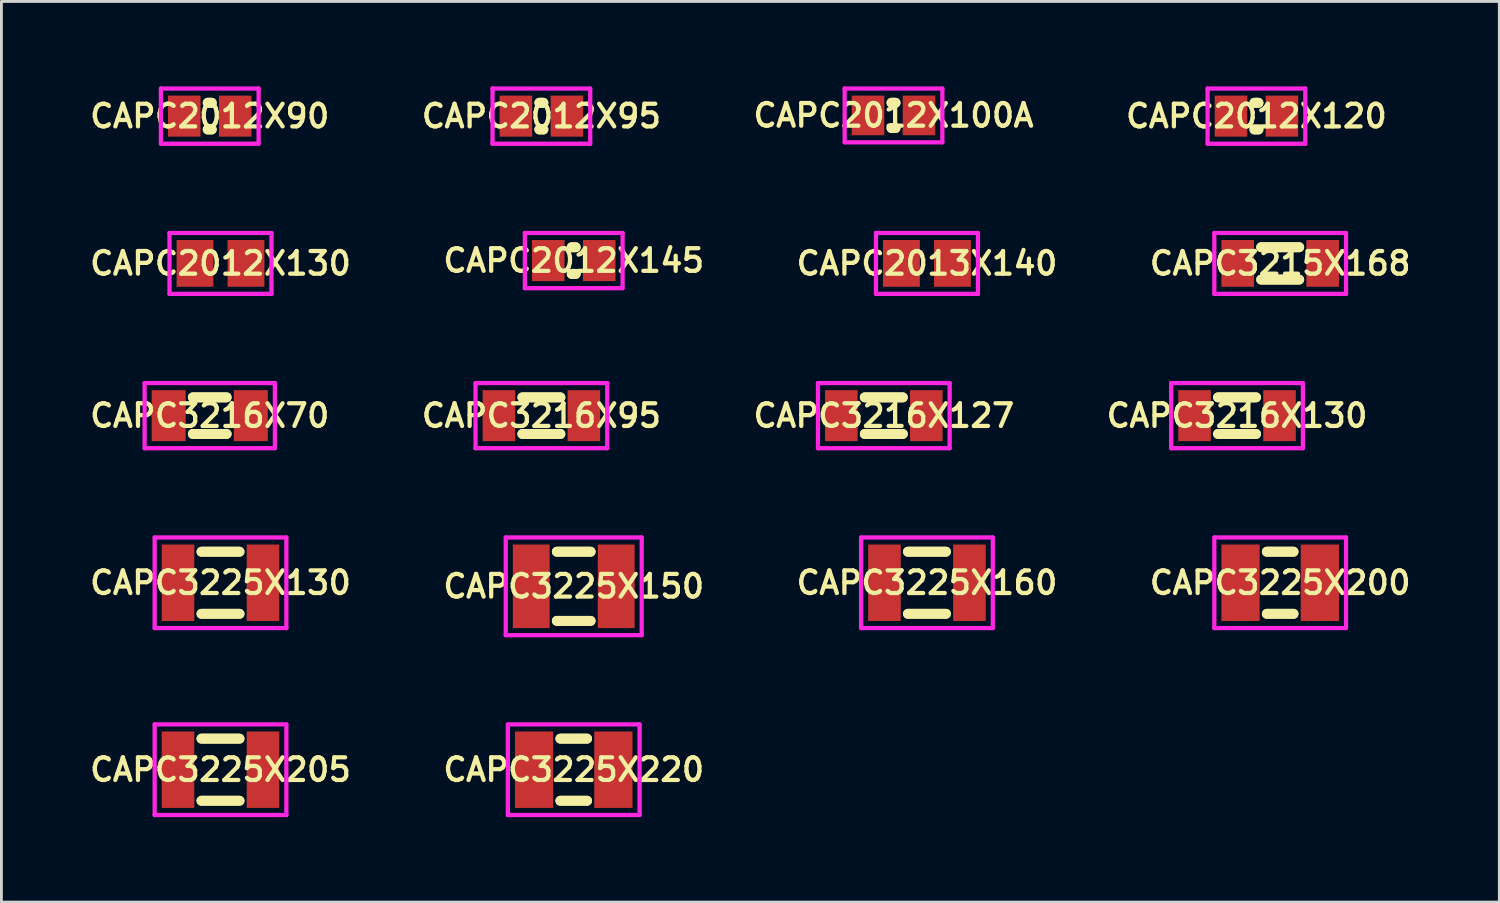
<source format=kicad_pcb>
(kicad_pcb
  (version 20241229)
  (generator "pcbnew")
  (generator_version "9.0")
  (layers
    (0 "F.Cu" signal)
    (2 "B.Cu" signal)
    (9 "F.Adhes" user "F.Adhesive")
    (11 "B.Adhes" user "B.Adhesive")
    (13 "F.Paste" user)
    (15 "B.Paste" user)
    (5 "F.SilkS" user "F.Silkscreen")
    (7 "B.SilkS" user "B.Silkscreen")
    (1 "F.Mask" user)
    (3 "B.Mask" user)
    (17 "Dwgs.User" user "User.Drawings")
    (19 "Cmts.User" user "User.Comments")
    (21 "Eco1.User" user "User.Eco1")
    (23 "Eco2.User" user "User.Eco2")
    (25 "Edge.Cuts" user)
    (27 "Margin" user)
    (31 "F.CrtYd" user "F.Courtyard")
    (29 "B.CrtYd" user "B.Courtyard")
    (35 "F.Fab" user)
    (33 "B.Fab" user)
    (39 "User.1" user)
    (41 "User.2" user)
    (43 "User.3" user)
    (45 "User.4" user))
  (footprint "CAPC3215X168"
    (layer "F.Cu")
    (at 42.148 6.25)
    (property "Reference" "CAPC3215X168" (at 0 0 0) (layer "F.SilkS") (effects (font (size 0.8 0.8) (thickness 0.15))))
    (attr smd)
    (fp_line (start -0.671 -0.571) (end 0.671 -0.571) (stroke (width 0.35) (type solid)) (layer "F.SilkS"))
    (fp_line (start -0.671 0.571) (end 0.671 0.571) (stroke (width 0.35) (type solid)) (layer "F.SilkS"))
    (fp_line (start 0.671 -0.571) (end -0.671 -0.571) (stroke (width 0.35) (type solid)) (layer "F.SilkS"))
    (fp_line (start 0.671 0.571) (end -0.671 0.571) (stroke (width 0.35) (type solid)) (layer "F.SilkS"))
    (fp_line (start -2.325 -1.075) (end 2.325 -1.075) (stroke (width 0.15) (type solid)) (layer "F.CrtYd"))
    (fp_line (start -2.325 1.075) (end -2.325 -1.075) (stroke (width 0.15) (type solid)) (layer "F.CrtYd"))
    (fp_line (start 2.325 -1.075) (end 2.325 1.075) (stroke (width 0.15) (type solid)) (layer "F.CrtYd"))
    (fp_line (start 2.325 1.075) (end -2.325 1.075) (stroke (width 0.15) (type solid)) (layer "F.CrtYd"))
    (pad "1" smd rect (at -1.5 0) (size 1.15 1.65) (layers "F.Cu" "F.Mask" "F.Paste"))
    (pad "2" smd rect (at 1.5 0) (size 1.15 1.65) (layers "F.Cu" "F.Mask" "F.Paste")))
  (footprint "CAPC2012X90"
    (layer "F.Cu")
    (at 4.355 1.05)
    (property "Reference" "CAPC2012X90" (at 0 0 0) (layer "F.SilkS") (effects (font (size 0.8 0.8) (thickness 0.15))))
    (attr smd)
    (fp_line (start -0.071 -0.471) (end 0.071 -0.471) (stroke (width 0.35) (type solid)) (layer "F.SilkS"))
    (fp_line (start -0.071 0.471) (end 0.071 0.471) (stroke (width 0.35) (type solid)) (layer "F.SilkS"))
    (fp_line (start 0.071 -0.471) (end -0.071 -0.471) (stroke (width 0.35) (type solid)) (layer "F.SilkS"))
    (fp_line (start 0.071 0.471) (end -0.071 0.471) (stroke (width 0.35) (type solid)) (layer "F.SilkS"))
    (fp_line (start -1.725 -0.975) (end 1.725 -0.975) (stroke (width 0.15) (type solid)) (layer "F.CrtYd"))
    (fp_line (start -1.725 0.975) (end -1.725 -0.975) (stroke (width 0.15) (type solid)) (layer "F.CrtYd"))
    (fp_line (start 1.725 -0.975) (end 1.725 0.975) (stroke (width 0.15) (type solid)) (layer "F.CrtYd"))
    (fp_line (start 1.725 0.975) (end -1.725 0.975) (stroke (width 0.15) (type solid)) (layer "F.CrtYd"))
    (pad "1" smd rect (at -0.9 0) (size 1.15 1.45) (layers "F.Cu" "F.Mask" "F.Paste"))
    (pad "2" smd rect (at 0.9 0) (size 1.15 1.45) (layers "F.Cu" "F.Mask" "F.Paste")))
  (footprint "CAPC3225X200"
    (layer "F.Cu")
    (at 42.148 17.525)
    (property "Reference" "CAPC3225X200" (at 0 0 0) (layer "F.SilkS") (effects (font (size 0.8 0.8) (thickness 0.15))))
    (attr smd)
    (fp_line (start -0.471 -1.096) (end 0.471 -1.096) (stroke (width 0.35) (type solid)) (layer "F.SilkS"))
    (fp_line (start -0.471 1.096) (end 0.471 1.096) (stroke (width 0.35) (type solid)) (layer "F.SilkS"))
    (fp_line (start 0.471 -1.096) (end -0.471 -1.096) (stroke (width 0.35) (type solid)) (layer "F.SilkS"))
    (fp_line (start 0.471 1.096) (end -0.471 1.096) (stroke (width 0.35) (type solid)) (layer "F.SilkS"))
    (fp_line (start -2.325 -1.6) (end 2.325 -1.6) (stroke (width 0.15) (type solid)) (layer "F.CrtYd"))
    (fp_line (start -2.325 1.6) (end -2.325 -1.6) (stroke (width 0.15) (type solid)) (layer "F.CrtYd"))
    (fp_line (start 2.325 -1.6) (end 2.325 1.6) (stroke (width 0.15) (type solid)) (layer "F.CrtYd"))
    (fp_line (start 2.325 1.6) (end -2.325 1.6) (stroke (width 0.15) (type solid)) (layer "F.CrtYd"))
    (pad "1" smd rect (at -1.4 0) (size 1.35 2.7) (layers "F.Cu" "F.Mask" "F.Paste"))
    (pad "2" smd rect (at 1.4 0) (size 1.35 2.7) (layers "F.Cu" "F.Mask" "F.Paste")))
  (footprint "CAPC3225X150"
    (layer "F.Cu")
    (at 17.206 17.65)
    (property "Reference" "CAPC3225X150" (at 0 0 0) (layer "F.SilkS") (effects (font (size 0.8 0.8) (thickness 0.15))))
    (attr smd)
    (fp_line (start -0.596 -1.221) (end 0.596 -1.221) (stroke (width 0.35) (type solid)) (layer "F.SilkS"))
    (fp_line (start -0.596 1.221) (end 0.596 1.221) (stroke (width 0.35) (type solid)) (layer "F.SilkS"))
    (fp_line (start 0.596 -1.221) (end -0.596 -1.221) (stroke (width 0.35) (type solid)) (layer "F.SilkS"))
    (fp_line (start 0.596 1.221) (end -0.596 1.221) (stroke (width 0.35) (type solid)) (layer "F.SilkS"))
    (fp_line (start -2.4 -1.725) (end 2.4 -1.725) (stroke (width 0.15) (type solid)) (layer "F.CrtYd"))
    (fp_line (start -2.4 1.725) (end -2.4 -1.725) (stroke (width 0.15) (type solid)) (layer "F.CrtYd"))
    (fp_line (start 2.4 -1.725) (end 2.4 1.725) (stroke (width 0.15) (type solid)) (layer "F.CrtYd"))
    (fp_line (start 2.4 1.725) (end -2.4 1.725) (stroke (width 0.15) (type solid)) (layer "F.CrtYd"))
    (pad "1" smd rect (at -1.5 0) (size 1.3 2.95) (layers "F.Cu" "F.Mask" "F.Paste"))
    (pad "2" smd rect (at 1.5 0) (size 1.3 2.95) (layers "F.Cu" "F.Mask" "F.Paste")))
  (footprint "CAPC2012X145"
    (layer "F.Cu")
    (at 17.206 6.15)
    (property "Reference" "CAPC2012X145" (at 0 0 0) (layer "F.SilkS") (effects (font (size 0.8 0.8) (thickness 0.15))))
    (attr smd)
    (fp_line (start -0.071 -0.471) (end 0.071 -0.471) (stroke (width 0.35) (type solid)) (layer "F.SilkS"))
    (fp_line (start -0.071 0.471) (end 0.071 0.471) (stroke (width 0.35) (type solid)) (layer "F.SilkS"))
    (fp_line (start 0.071 -0.471) (end -0.071 -0.471) (stroke (width 0.35) (type solid)) (layer "F.SilkS"))
    (fp_line (start 0.071 0.471) (end -0.071 0.471) (stroke (width 0.35) (type solid)) (layer "F.SilkS"))
    (fp_line (start -1.725 -0.975) (end 1.725 -0.975) (stroke (width 0.15) (type solid)) (layer "F.CrtYd"))
    (fp_line (start -1.725 0.975) (end -1.725 -0.975) (stroke (width 0.15) (type solid)) (layer "F.CrtYd"))
    (fp_line (start 1.725 -0.975) (end 1.725 0.975) (stroke (width 0.15) (type solid)) (layer "F.CrtYd"))
    (fp_line (start 1.725 0.975) (end -1.725 0.975) (stroke (width 0.15) (type solid)) (layer "F.CrtYd"))
    (pad "1" smd rect (at -0.9 0) (size 1.15 1.45) (layers "F.Cu" "F.Mask" "F.Paste"))
    (pad "2" smd rect (at 0.9 0) (size 1.15 1.45) (layers "F.Cu" "F.Mask" "F.Paste")))
  (footprint "CAPC2012X100A"
    (layer "F.Cu")
    (at 28.496 1.025)
    (property "Reference" "CAPC2012X100A" (at 0 0 0) (layer "F.SilkS") (effects (font (size 0.8 0.8) (thickness 0.15))))
    (attr smd)
    (fp_line (start -0.071 -0.446) (end 0.071 -0.446) (stroke (width 0.35) (type solid)) (layer "F.SilkS"))
    (fp_line (start -0.071 0.446) (end 0.071 0.446) (stroke (width 0.35) (type solid)) (layer "F.SilkS"))
    (fp_line (start 0.071 -0.446) (end -0.071 -0.446) (stroke (width 0.35) (type solid)) (layer "F.SilkS"))
    (fp_line (start 0.071 0.446) (end -0.071 0.446) (stroke (width 0.35) (type solid)) (layer "F.SilkS"))
    (fp_line (start -1.725 -0.95) (end 1.725 -0.95) (stroke (width 0.15) (type solid)) (layer "F.CrtYd"))
    (fp_line (start -1.725 0.95) (end -1.725 -0.95) (stroke (width 0.15) (type solid)) (layer "F.CrtYd"))
    (fp_line (start 1.725 -0.95) (end 1.725 0.95) (stroke (width 0.15) (type solid)) (layer "F.CrtYd"))
    (fp_line (start 1.725 0.95) (end -1.725 0.95) (stroke (width 0.15) (type solid)) (layer "F.CrtYd"))
    (pad "1" smd rect (at -0.9 0) (size 1.15 1.4) (layers "F.Cu" "F.Mask" "F.Paste"))
    (pad "2" smd rect (at 0.9 0) (size 1.15 1.4) (layers "F.Cu" "F.Mask" "F.Paste")))
  (footprint "CAPC3216X70"
    (layer "F.Cu")
    (at 4.355 11.625)
    (property "Reference" "CAPC3216X70" (at 0 0 0) (layer "F.SilkS") (effects (font (size 0.8 0.8) (thickness 0.15))))
    (attr smd)
    (fp_line (start -0.596 -0.646) (end 0.596 -0.646) (stroke (width 0.35) (type solid)) (layer "F.SilkS"))
    (fp_line (start -0.596 0.646) (end 0.596 0.646) (stroke (width 0.35) (type solid)) (layer "F.SilkS"))
    (fp_line (start 0.596 -0.646) (end -0.596 -0.646) (stroke (width 0.35) (type solid)) (layer "F.SilkS"))
    (fp_line (start 0.596 0.646) (end -0.596 0.646) (stroke (width 0.35) (type solid)) (layer "F.SilkS"))
    (fp_line (start -2.3 -1.15) (end 2.3 -1.15) (stroke (width 0.15) (type solid)) (layer "F.CrtYd"))
    (fp_line (start -2.3 1.15) (end -2.3 -1.15) (stroke (width 0.15) (type solid)) (layer "F.CrtYd"))
    (fp_line (start 2.3 -1.15) (end 2.3 1.15) (stroke (width 0.15) (type solid)) (layer "F.CrtYd"))
    (fp_line (start 2.3 1.15) (end -2.3 1.15) (stroke (width 0.15) (type solid)) (layer "F.CrtYd"))
    (pad "1" smd rect (at -1.45 0) (size 1.2 1.8) (layers "F.Cu" "F.Mask" "F.Paste"))
    (pad "2" smd rect (at 1.45 0) (size 1.2 1.8) (layers "F.Cu" "F.Mask" "F.Paste")))
  (footprint "CAPC3225X160"
    (layer "F.Cu")
    (at 29.677 17.525)
    (property "Reference" "CAPC3225X160" (at 0 0 0) (layer "F.SilkS") (effects (font (size 0.8 0.8) (thickness 0.15))))
    (attr smd)
    (fp_line (start -0.671 -1.096) (end 0.671 -1.096) (stroke (width 0.35) (type solid)) (layer "F.SilkS"))
    (fp_line (start -0.671 1.096) (end 0.671 1.096) (stroke (width 0.35) (type solid)) (layer "F.SilkS"))
    (fp_line (start 0.671 -1.096) (end -0.671 -1.096) (stroke (width 0.35) (type solid)) (layer "F.SilkS"))
    (fp_line (start 0.671 1.096) (end -0.671 1.096) (stroke (width 0.35) (type solid)) (layer "F.SilkS"))
    (fp_line (start -2.325 -1.6) (end 2.325 -1.6) (stroke (width 0.15) (type solid)) (layer "F.CrtYd"))
    (fp_line (start -2.325 1.6) (end -2.325 -1.6) (stroke (width 0.15) (type solid)) (layer "F.CrtYd"))
    (fp_line (start 2.325 -1.6) (end 2.325 1.6) (stroke (width 0.15) (type solid)) (layer "F.CrtYd"))
    (fp_line (start 2.325 1.6) (end -2.325 1.6) (stroke (width 0.15) (type solid)) (layer "F.CrtYd"))
    (pad "1" smd rect (at -1.5 0) (size 1.15 2.7) (layers "F.Cu" "F.Mask" "F.Paste"))
    (pad "2" smd rect (at 1.5 0) (size 1.15 2.7) (layers "F.Cu" "F.Mask" "F.Paste")))
  (footprint "CAPC3216X127"
    (layer "F.Cu")
    (at 28.154 11.625)
    (property "Reference" "CAPC3216X127" (at 0 0 0) (layer "F.SilkS") (effects (font (size 0.8 0.8) (thickness 0.15))))
    (attr smd)
    (fp_line (start -0.671 -0.646) (end 0.671 -0.646) (stroke (width 0.35) (type solid)) (layer "F.SilkS"))
    (fp_line (start -0.671 0.646) (end 0.671 0.646) (stroke (width 0.35) (type solid)) (layer "F.SilkS"))
    (fp_line (start 0.671 -0.646) (end -0.671 -0.646) (stroke (width 0.35) (type solid)) (layer "F.SilkS"))
    (fp_line (start 0.671 0.646) (end -0.671 0.646) (stroke (width 0.35) (type solid)) (layer "F.SilkS"))
    (fp_line (start -2.325 -1.15) (end 2.325 -1.15) (stroke (width 0.15) (type solid)) (layer "F.CrtYd"))
    (fp_line (start -2.325 1.15) (end -2.325 -1.15) (stroke (width 0.15) (type solid)) (layer "F.CrtYd"))
    (fp_line (start 2.325 -1.15) (end 2.325 1.15) (stroke (width 0.15) (type solid)) (layer "F.CrtYd"))
    (fp_line (start 2.325 1.15) (end -2.325 1.15) (stroke (width 0.15) (type solid)) (layer "F.CrtYd"))
    (pad "1" smd rect (at -1.5 0) (size 1.15 1.8) (layers "F.Cu" "F.Mask" "F.Paste"))
    (pad "2" smd rect (at 1.5 0) (size 1.15 1.8) (layers "F.Cu" "F.Mask" "F.Paste")))
  (footprint "CAPC2012X120"
    (layer "F.Cu")
    (at 41.31 1.05)
    (property "Reference" "CAPC2012X120" (at 0 0 0) (layer "F.SilkS") (effects (font (size 0.8 0.8) (thickness 0.15))))
    (attr smd)
    (fp_line (start -0.071 -0.471) (end 0.071 -0.471) (stroke (width 0.35) (type solid)) (layer "F.SilkS"))
    (fp_line (start -0.071 0.471) (end 0.071 0.471) (stroke (width 0.35) (type solid)) (layer "F.SilkS"))
    (fp_line (start 0.071 -0.471) (end -0.071 -0.471) (stroke (width 0.35) (type solid)) (layer "F.SilkS"))
    (fp_line (start 0.071 0.471) (end -0.071 0.471) (stroke (width 0.35) (type solid)) (layer "F.SilkS"))
    (fp_line (start -1.725 -0.975) (end 1.725 -0.975) (stroke (width 0.15) (type solid)) (layer "F.CrtYd"))
    (fp_line (start -1.725 0.975) (end -1.725 -0.975) (stroke (width 0.15) (type solid)) (layer "F.CrtYd"))
    (fp_line (start 1.725 -0.975) (end 1.725 0.975) (stroke (width 0.15) (type solid)) (layer "F.CrtYd"))
    (fp_line (start 1.725 0.975) (end -1.725 0.975) (stroke (width 0.15) (type solid)) (layer "F.CrtYd"))
    (pad "1" smd rect (at -0.9 0) (size 1.15 1.45) (layers "F.Cu" "F.Mask" "F.Paste"))
    (pad "2" smd rect (at 0.9 0) (size 1.15 1.45) (layers "F.Cu" "F.Mask" "F.Paste")))
  (footprint "CAPC3225X130"
    (layer "F.Cu")
    (at 4.735 17.525)
    (property "Reference" "CAPC3225X130" (at 0 0 0) (layer "F.SilkS") (effects (font (size 0.8 0.8) (thickness 0.15))))
    (attr smd)
    (fp_line (start -0.671 -1.096) (end 0.671 -1.096) (stroke (width 0.35) (type solid)) (layer "F.SilkS"))
    (fp_line (start -0.671 1.096) (end 0.671 1.096) (stroke (width 0.35) (type solid)) (layer "F.SilkS"))
    (fp_line (start 0.671 -1.096) (end -0.671 -1.096) (stroke (width 0.35) (type solid)) (layer "F.SilkS"))
    (fp_line (start 0.671 1.096) (end -0.671 1.096) (stroke (width 0.35) (type solid)) (layer "F.SilkS"))
    (fp_line (start -2.325 -1.6) (end 2.325 -1.6) (stroke (width 0.15) (type solid)) (layer "F.CrtYd"))
    (fp_line (start -2.325 1.6) (end -2.325 -1.6) (stroke (width 0.15) (type solid)) (layer "F.CrtYd"))
    (fp_line (start 2.325 -1.6) (end 2.325 1.6) (stroke (width 0.15) (type solid)) (layer "F.CrtYd"))
    (fp_line (start 2.325 1.6) (end -2.325 1.6) (stroke (width 0.15) (type solid)) (layer "F.CrtYd"))
    (pad "1" smd rect (at -1.5 0) (size 1.15 2.7) (layers "F.Cu" "F.Mask" "F.Paste"))
    (pad "2" smd rect (at 1.5 0) (size 1.15 2.7) (layers "F.Cu" "F.Mask" "F.Paste")))
  (footprint "CAPC2012X95"
    (layer "F.Cu")
    (at 16.064 1.05)
    (property "Reference" "CAPC2012X95" (at 0 0 0) (layer "F.SilkS") (effects (font (size 0.8 0.8) (thickness 0.15))))
    (attr smd)
    (fp_line (start -0.071 -0.471) (end 0.071 -0.471) (stroke (width 0.35) (type solid)) (layer "F.SilkS"))
    (fp_line (start -0.071 0.471) (end 0.071 0.471) (stroke (width 0.35) (type solid)) (layer "F.SilkS"))
    (fp_line (start 0.071 -0.471) (end -0.071 -0.471) (stroke (width 0.35) (type solid)) (layer "F.SilkS"))
    (fp_line (start 0.071 0.471) (end -0.071 0.471) (stroke (width 0.35) (type solid)) (layer "F.SilkS"))
    (fp_line (start -1.725 -0.975) (end 1.725 -0.975) (stroke (width 0.15) (type solid)) (layer "F.CrtYd"))
    (fp_line (start -1.725 0.975) (end -1.725 -0.975) (stroke (width 0.15) (type solid)) (layer "F.CrtYd"))
    (fp_line (start 1.725 -0.975) (end 1.725 0.975) (stroke (width 0.15) (type solid)) (layer "F.CrtYd"))
    (fp_line (start 1.725 0.975) (end -1.725 0.975) (stroke (width 0.15) (type solid)) (layer "F.CrtYd"))
    (pad "1" smd rect (at -0.9 0) (size 1.15 1.45) (layers "F.Cu" "F.Mask" "F.Paste"))
    (pad "2" smd rect (at 0.9 0) (size 1.15 1.45) (layers "F.Cu" "F.Mask" "F.Paste")))
  (footprint "CAPC2012X130"
    (layer "F.Cu")
    (at 4.735 6.25)
    (property "Reference" "CAPC2012X130" (at 0 0 0) (layer "F.SilkS") (effects (font (size 0.8 0.8) (thickness 0.15))))
    (attr smd)
    (fp_line (start -1.8 -1.075) (end 1.8 -1.075) (stroke (width 0.15) (type solid)) (layer "F.CrtYd"))
    (fp_line (start -1.8 1.075) (end -1.8 -1.075) (stroke (width 0.15) (type solid)) (layer "F.CrtYd"))
    (fp_line (start 1.8 -1.075) (end 1.8 1.075) (stroke (width 0.15) (type solid)) (layer "F.CrtYd"))
    (fp_line (start 1.8 1.075) (end -1.8 1.075) (stroke (width 0.15) (type solid)) (layer "F.CrtYd"))
    (pad "1" smd rect (at -0.9 0) (size 1.3 1.65) (layers "F.Cu" "F.Mask" "F.Paste"))
    (pad "2" smd rect (at 0.9 0) (size 1.3 1.65) (layers "F.Cu" "F.Mask" "F.Paste")))
  (footprint "CAPC2013X140"
    (layer "F.Cu")
    (at 29.677 6.25)
    (property "Reference" "CAPC2013X140" (at 0 0 0) (layer "F.SilkS") (effects (font (size 0.8 0.8) (thickness 0.15))))
    (attr smd)
    (fp_line (start -1.8 -1.075) (end 1.8 -1.075) (stroke (width 0.15) (type solid)) (layer "F.CrtYd"))
    (fp_line (start -1.8 1.075) (end -1.8 -1.075) (stroke (width 0.15) (type solid)) (layer "F.CrtYd"))
    (fp_line (start 1.8 -1.075) (end 1.8 1.075) (stroke (width 0.15) (type solid)) (layer "F.CrtYd"))
    (fp_line (start 1.8 1.075) (end -1.8 1.075) (stroke (width 0.15) (type solid)) (layer "F.CrtYd"))
    (pad "1" smd rect (at -0.9 0) (size 1.3 1.65) (layers "F.Cu" "F.Mask" "F.Paste"))
    (pad "2" smd rect (at 0.9 0) (size 1.3 1.65) (layers "F.Cu" "F.Mask" "F.Paste")))
  (footprint "CAPC3225X205"
    (layer "F.Cu")
    (at 4.735 24.125)
    (property "Reference" "CAPC3225X205" (at 0 0 0) (layer "F.SilkS") (effects (font (size 0.8 0.8) (thickness 0.15))))
    (attr smd)
    (fp_line (start -0.671 -1.096) (end 0.671 -1.096) (stroke (width 0.35) (type solid)) (layer "F.SilkS"))
    (fp_line (start -0.671 1.096) (end 0.671 1.096) (stroke (width 0.35) (type solid)) (layer "F.SilkS"))
    (fp_line (start 0.671 -1.096) (end -0.671 -1.096) (stroke (width 0.35) (type solid)) (layer "F.SilkS"))
    (fp_line (start 0.671 1.096) (end -0.671 1.096) (stroke (width 0.35) (type solid)) (layer "F.SilkS"))
    (fp_line (start -2.325 -1.6) (end 2.325 -1.6) (stroke (width 0.15) (type solid)) (layer "F.CrtYd"))
    (fp_line (start -2.325 1.6) (end -2.325 -1.6) (stroke (width 0.15) (type solid)) (layer "F.CrtYd"))
    (fp_line (start 2.325 -1.6) (end 2.325 1.6) (stroke (width 0.15) (type solid)) (layer "F.CrtYd"))
    (fp_line (start 2.325 1.6) (end -2.325 1.6) (stroke (width 0.15) (type solid)) (layer "F.CrtYd"))
    (pad "1" smd rect (at -1.5 0) (size 1.15 2.7) (layers "F.Cu" "F.Mask" "F.Paste"))
    (pad "2" smd rect (at 1.5 0) (size 1.15 2.7) (layers "F.Cu" "F.Mask" "F.Paste")))
  (footprint "CAPC3225X220"
    (layer "F.Cu")
    (at 17.206 24.125)
    (property "Reference" "CAPC3225X220" (at 0 0 0) (layer "F.SilkS") (effects (font (size 0.8 0.8) (thickness 0.15))))
    (attr smd)
    (fp_line (start -0.471 -1.096) (end 0.471 -1.096) (stroke (width 0.35) (type solid)) (layer "F.SilkS"))
    (fp_line (start -0.471 1.096) (end 0.471 1.096) (stroke (width 0.35) (type solid)) (layer "F.SilkS"))
    (fp_line (start 0.471 -1.096) (end -0.471 -1.096) (stroke (width 0.35) (type solid)) (layer "F.SilkS"))
    (fp_line (start 0.471 1.096) (end -0.471 1.096) (stroke (width 0.35) (type solid)) (layer "F.SilkS"))
    (fp_line (start -2.325 -1.6) (end 2.325 -1.6) (stroke (width 0.15) (type solid)) (layer "F.CrtYd"))
    (fp_line (start -2.325 1.6) (end -2.325 -1.6) (stroke (width 0.15) (type solid)) (layer "F.CrtYd"))
    (fp_line (start 2.325 -1.6) (end 2.325 1.6) (stroke (width 0.15) (type solid)) (layer "F.CrtYd"))
    (fp_line (start 2.325 1.6) (end -2.325 1.6) (stroke (width 0.15) (type solid)) (layer "F.CrtYd"))
    (pad "1" smd rect (at -1.4 0) (size 1.35 2.7) (layers "F.Cu" "F.Mask" "F.Paste"))
    (pad "2" smd rect (at 1.4 0) (size 1.35 2.7) (layers "F.Cu" "F.Mask" "F.Paste")))
  (footprint "CAPC3216X95"
    (layer "F.Cu")
    (at 16.064 11.625)
    (property "Reference" "CAPC3216X95" (at 0 0 0) (layer "F.SilkS") (effects (font (size 0.8 0.8) (thickness 0.15))))
    (attr smd)
    (fp_line (start -0.671 -0.646) (end 0.671 -0.646) (stroke (width 0.35) (type solid)) (layer "F.SilkS"))
    (fp_line (start -0.671 0.646) (end 0.671 0.646) (stroke (width 0.35) (type solid)) (layer "F.SilkS"))
    (fp_line (start 0.671 -0.646) (end -0.671 -0.646) (stroke (width 0.35) (type solid)) (layer "F.SilkS"))
    (fp_line (start 0.671 0.646) (end -0.671 0.646) (stroke (width 0.35) (type solid)) (layer "F.SilkS"))
    (fp_line (start -2.325 -1.15) (end 2.325 -1.15) (stroke (width 0.15) (type solid)) (layer "F.CrtYd"))
    (fp_line (start -2.325 1.15) (end -2.325 -1.15) (stroke (width 0.15) (type solid)) (layer "F.CrtYd"))
    (fp_line (start 2.325 -1.15) (end 2.325 1.15) (stroke (width 0.15) (type solid)) (layer "F.CrtYd"))
    (fp_line (start 2.325 1.15) (end -2.325 1.15) (stroke (width 0.15) (type solid)) (layer "F.CrtYd"))
    (pad "1" smd rect (at -1.5 0) (size 1.15 1.8) (layers "F.Cu" "F.Mask" "F.Paste"))
    (pad "2" smd rect (at 1.5 0) (size 1.15 1.8) (layers "F.Cu" "F.Mask" "F.Paste")))
  (footprint "CAPC3216X130"
    (layer "F.Cu")
    (at 40.625 11.625)
    (property "Reference" "CAPC3216X130" (at 0 0 0) (layer "F.SilkS") (effects (font (size 0.8 0.8) (thickness 0.15))))
    (attr smd)
    (fp_line (start -0.671 -0.646) (end 0.671 -0.646) (stroke (width 0.35) (type solid)) (layer "F.SilkS"))
    (fp_line (start -0.671 0.646) (end 0.671 0.646) (stroke (width 0.35) (type solid)) (layer "F.SilkS"))
    (fp_line (start 0.671 -0.646) (end -0.671 -0.646) (stroke (width 0.35) (type solid)) (layer "F.SilkS"))
    (fp_line (start 0.671 0.646) (end -0.671 0.646) (stroke (width 0.35) (type solid)) (layer "F.SilkS"))
    (fp_line (start -2.325 -1.15) (end 2.325 -1.15) (stroke (width 0.15) (type solid)) (layer "F.CrtYd"))
    (fp_line (start -2.325 1.15) (end -2.325 -1.15) (stroke (width 0.15) (type solid)) (layer "F.CrtYd"))
    (fp_line (start 2.325 -1.15) (end 2.325 1.15) (stroke (width 0.15) (type solid)) (layer "F.CrtYd"))
    (fp_line (start 2.325 1.15) (end -2.325 1.15) (stroke (width 0.15) (type solid)) (layer "F.CrtYd"))
    (pad "1" smd rect (at -1.5 0) (size 1.15 1.8) (layers "F.Cu" "F.Mask" "F.Paste"))
    (pad "2" smd rect (at 1.5 0) (size 1.15 1.8) (layers "F.Cu" "F.Mask" "F.Paste")))
  (gr_rect
    (start -3 -3)
    (end 49.884 28.8)
    (stroke (width 0.1) (type default))
    (fill no)
    (layer "Edge.Cuts")))
</source>
